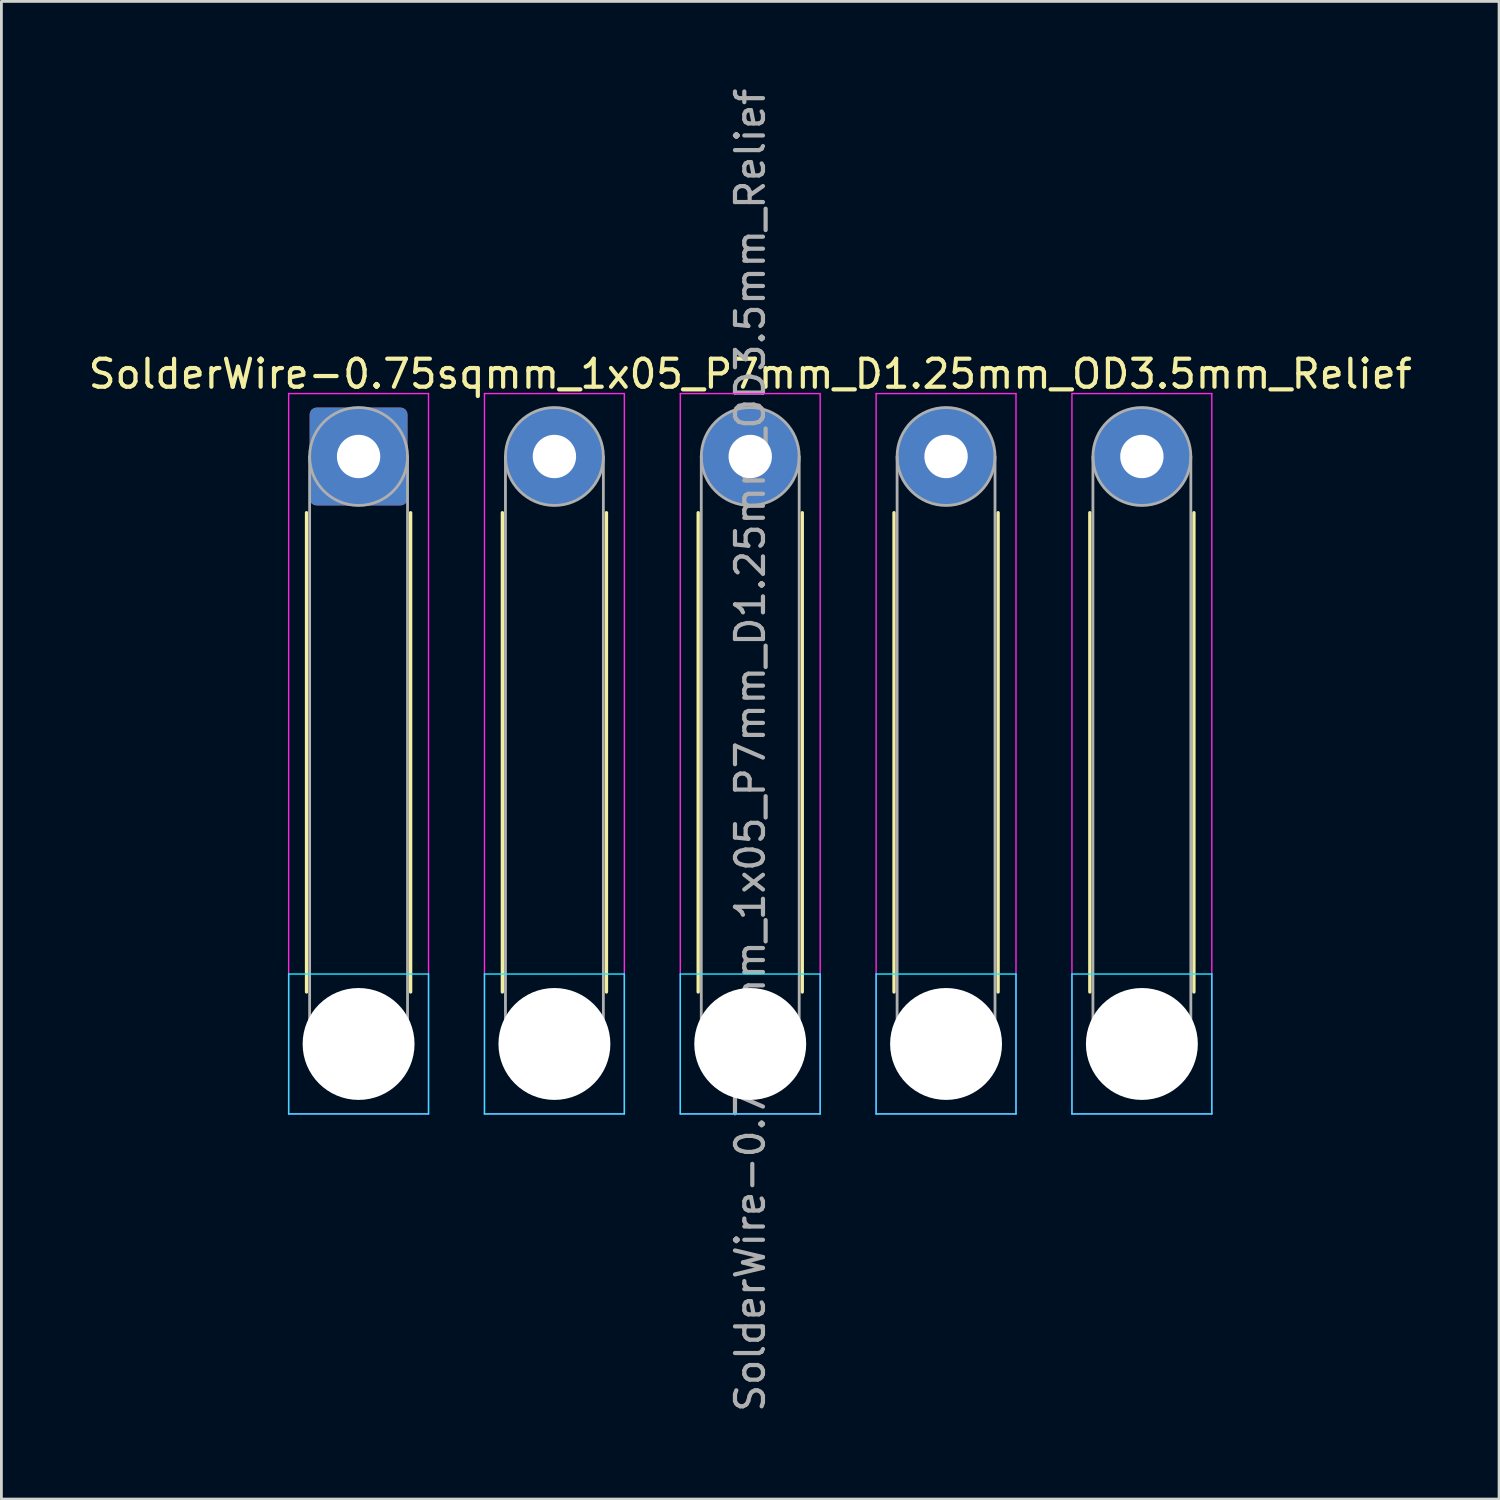
<source format=kicad_pcb>
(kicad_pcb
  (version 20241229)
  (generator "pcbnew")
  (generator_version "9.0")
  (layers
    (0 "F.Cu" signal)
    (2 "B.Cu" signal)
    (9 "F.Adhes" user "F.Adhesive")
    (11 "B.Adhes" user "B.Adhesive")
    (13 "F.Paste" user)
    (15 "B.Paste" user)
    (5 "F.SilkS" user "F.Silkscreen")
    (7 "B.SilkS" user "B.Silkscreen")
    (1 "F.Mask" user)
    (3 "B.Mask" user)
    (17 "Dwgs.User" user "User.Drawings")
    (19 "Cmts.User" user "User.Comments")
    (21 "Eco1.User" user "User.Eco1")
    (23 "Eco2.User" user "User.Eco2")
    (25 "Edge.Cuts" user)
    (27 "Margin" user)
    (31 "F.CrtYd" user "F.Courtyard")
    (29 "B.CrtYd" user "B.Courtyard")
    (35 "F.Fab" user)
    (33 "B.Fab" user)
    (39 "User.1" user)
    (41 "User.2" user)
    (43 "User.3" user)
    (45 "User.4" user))
  (footprint "SolderWire-0.75sqmm_1x05_P7mm_D1.25mm_OD3.5mm_Relief"
    (layer "F.Cu")
    (at 9.768 13.268)
    (property "Reference" "SolderWire-0.75sqmm_1x05_P7mm_D1.25mm_OD3.5mm_Relief" (at 14 -2.95 0) (layer "F.SilkS") (effects (font (size 1 1) (thickness 0.15))))
    (attr exclude_from_pos_files exclude_from_bom)
    (fp_line (start -1.86 2.01) (end -1.86 19.14) (stroke (width 0.12) (type solid)) (layer "F.SilkS"))
    (fp_line (start 1.86 2.01) (end 1.86 19.14) (stroke (width 0.12) (type solid)) (layer "F.SilkS"))
    (fp_line (start 5.14 2.01) (end 5.14 19.14) (stroke (width 0.12) (type solid)) (layer "F.SilkS"))
    (fp_line (start 8.86 2.01) (end 8.86 19.14) (stroke (width 0.12) (type solid)) (layer "F.SilkS"))
    (fp_line (start 12.14 2.01) (end 12.14 19.14) (stroke (width 0.12) (type solid)) (layer "F.SilkS"))
    (fp_line (start 15.86 2.01) (end 15.86 19.14) (stroke (width 0.12) (type solid)) (layer "F.SilkS"))
    (fp_line (start 19.14 2.01) (end 19.14 19.14) (stroke (width 0.12) (type solid)) (layer "F.SilkS"))
    (fp_line (start 22.86 2.01) (end 22.86 19.14) (stroke (width 0.12) (type solid)) (layer "F.SilkS"))
    (fp_line (start 26.14 2.01) (end 26.14 19.14) (stroke (width 0.12) (type solid)) (layer "F.SilkS"))
    (fp_line (start 29.86 2.01) (end 29.86 19.14) (stroke (width 0.12) (type solid)) (layer "F.SilkS"))
    (fp_line (start -2.5 18.5) (end -2.5 23.5) (stroke (width 0.05) (type solid)) (layer "B.CrtYd"))
    (fp_line (start -2.5 23.5) (end 2.5 23.5) (stroke (width 0.05) (type solid)) (layer "B.CrtYd"))
    (fp_line (start 2.5 18.5) (end -2.5 18.5) (stroke (width 0.05) (type solid)) (layer "B.CrtYd"))
    (fp_line (start 2.5 23.5) (end 2.5 18.5) (stroke (width 0.05) (type solid)) (layer "B.CrtYd"))
    (fp_line (start 4.5 18.5) (end 4.5 23.5) (stroke (width 0.05) (type solid)) (layer "B.CrtYd"))
    (fp_line (start 4.5 23.5) (end 9.5 23.5) (stroke (width 0.05) (type solid)) (layer "B.CrtYd"))
    (fp_line (start 9.5 18.5) (end 4.5 18.5) (stroke (width 0.05) (type solid)) (layer "B.CrtYd"))
    (fp_line (start 9.5 23.5) (end 9.5 18.5) (stroke (width 0.05) (type solid)) (layer "B.CrtYd"))
    (fp_line (start 11.5 18.5) (end 11.5 23.5) (stroke (width 0.05) (type solid)) (layer "B.CrtYd"))
    (fp_line (start 11.5 23.5) (end 16.5 23.5) (stroke (width 0.05) (type solid)) (layer "B.CrtYd"))
    (fp_line (start 16.5 18.5) (end 11.5 18.5) (stroke (width 0.05) (type solid)) (layer "B.CrtYd"))
    (fp_line (start 16.5 23.5) (end 16.5 18.5) (stroke (width 0.05) (type solid)) (layer "B.CrtYd"))
    (fp_line (start 18.5 18.5) (end 18.5 23.5) (stroke (width 0.05) (type solid)) (layer "B.CrtYd"))
    (fp_line (start 18.5 23.5) (end 23.5 23.5) (stroke (width 0.05) (type solid)) (layer "B.CrtYd"))
    (fp_line (start 23.5 18.5) (end 18.5 18.5) (stroke (width 0.05) (type solid)) (layer "B.CrtYd"))
    (fp_line (start 23.5 23.5) (end 23.5 18.5) (stroke (width 0.05) (type solid)) (layer "B.CrtYd"))
    (fp_line (start 25.5 18.5) (end 25.5 23.5) (stroke (width 0.05) (type solid)) (layer "B.CrtYd"))
    (fp_line (start 25.5 23.5) (end 30.5 23.5) (stroke (width 0.05) (type solid)) (layer "B.CrtYd"))
    (fp_line (start 30.5 18.5) (end 25.5 18.5) (stroke (width 0.05) (type solid)) (layer "B.CrtYd"))
    (fp_line (start 30.5 23.5) (end 30.5 18.5) (stroke (width 0.05) (type solid)) (layer "B.CrtYd"))
    (fp_line (start -2.5 -2.25) (end -2.5 23.5) (stroke (width 0.05) (type solid)) (layer "F.CrtYd"))
    (fp_line (start -2.5 23.5) (end 2.5 23.5) (stroke (width 0.05) (type solid)) (layer "F.CrtYd"))
    (fp_line (start 2.5 -2.25) (end -2.5 -2.25) (stroke (width 0.05) (type solid)) (layer "F.CrtYd"))
    (fp_line (start 2.5 23.5) (end 2.5 -2.25) (stroke (width 0.05) (type solid)) (layer "F.CrtYd"))
    (fp_line (start 4.5 -2.25) (end 4.5 23.5) (stroke (width 0.05) (type solid)) (layer "F.CrtYd"))
    (fp_line (start 4.5 23.5) (end 9.5 23.5) (stroke (width 0.05) (type solid)) (layer "F.CrtYd"))
    (fp_line (start 9.5 -2.25) (end 4.5 -2.25) (stroke (width 0.05) (type solid)) (layer "F.CrtYd"))
    (fp_line (start 9.5 23.5) (end 9.5 -2.25) (stroke (width 0.05) (type solid)) (layer "F.CrtYd"))
    (fp_line (start 11.5 -2.25) (end 11.5 23.5) (stroke (width 0.05) (type solid)) (layer "F.CrtYd"))
    (fp_line (start 11.5 23.5) (end 16.5 23.5) (stroke (width 0.05) (type solid)) (layer "F.CrtYd"))
    (fp_line (start 16.5 -2.25) (end 11.5 -2.25) (stroke (width 0.05) (type solid)) (layer "F.CrtYd"))
    (fp_line (start 16.5 23.5) (end 16.5 -2.25) (stroke (width 0.05) (type solid)) (layer "F.CrtYd"))
    (fp_line (start 18.5 -2.25) (end 18.5 23.5) (stroke (width 0.05) (type solid)) (layer "F.CrtYd"))
    (fp_line (start 18.5 23.5) (end 23.5 23.5) (stroke (width 0.05) (type solid)) (layer "F.CrtYd"))
    (fp_line (start 23.5 -2.25) (end 18.5 -2.25) (stroke (width 0.05) (type solid)) (layer "F.CrtYd"))
    (fp_line (start 23.5 23.5) (end 23.5 -2.25) (stroke (width 0.05) (type solid)) (layer "F.CrtYd"))
    (fp_line (start 25.5 -2.25) (end 25.5 23.5) (stroke (width 0.05) (type solid)) (layer "F.CrtYd"))
    (fp_line (start 25.5 23.5) (end 30.5 23.5) (stroke (width 0.05) (type solid)) (layer "F.CrtYd"))
    (fp_line (start 30.5 -2.25) (end 25.5 -2.25) (stroke (width 0.05) (type solid)) (layer "F.CrtYd"))
    (fp_line (start 30.5 23.5) (end 30.5 -2.25) (stroke (width 0.05) (type solid)) (layer "F.CrtYd"))
    (fp_line (start -1.75 0) (end -1.75 21) (stroke (width 0.1) (type solid)) (layer "F.Fab"))
    (fp_line (start 1.75 0) (end 1.75 21) (stroke (width 0.1) (type solid)) (layer "F.Fab"))
    (fp_line (start 5.25 0) (end 5.25 21) (stroke (width 0.1) (type solid)) (layer "F.Fab"))
    (fp_line (start 8.75 0) (end 8.75 21) (stroke (width 0.1) (type solid)) (layer "F.Fab"))
    (fp_line (start 12.25 0) (end 12.25 21) (stroke (width 0.1) (type solid)) (layer "F.Fab"))
    (fp_line (start 15.75 0) (end 15.75 21) (stroke (width 0.1) (type solid)) (layer "F.Fab"))
    (fp_line (start 19.25 0) (end 19.25 21) (stroke (width 0.1) (type solid)) (layer "F.Fab"))
    (fp_line (start 22.75 0) (end 22.75 21) (stroke (width 0.1) (type solid)) (layer "F.Fab"))
    (fp_line (start 26.25 0) (end 26.25 21) (stroke (width 0.1) (type solid)) (layer "F.Fab"))
    (fp_line (start 29.75 0) (end 29.75 21) (stroke (width 0.1) (type solid)) (layer "F.Fab"))
    (fp_circle (center 0 0) (end 1.75 0) (stroke (width 0.1) (type solid)) (fill no) (layer "F.Fab"))
    (fp_circle (center 0 21) (end 1.75 21) (stroke (width 0.1) (type solid)) (fill no) (layer "F.Fab"))
    (fp_circle (center 7 0) (end 8.75 0) (stroke (width 0.1) (type solid)) (fill no) (layer "F.Fab"))
    (fp_circle (center 7 21) (end 8.75 21) (stroke (width 0.1) (type solid)) (fill no) (layer "F.Fab"))
    (fp_circle (center 14 0) (end 15.75 0) (stroke (width 0.1) (type solid)) (fill no) (layer "F.Fab"))
    (fp_circle (center 14 21) (end 15.75 21) (stroke (width 0.1) (type solid)) (fill no) (layer "F.Fab"))
    (fp_circle (center 21 0) (end 22.75 0) (stroke (width 0.1) (type solid)) (fill no) (layer "F.Fab"))
    (fp_circle (center 21 21) (end 22.75 21) (stroke (width 0.1) (type solid)) (fill no) (layer "F.Fab"))
    (fp_circle (center 28 0) (end 29.75 0) (stroke (width 0.1) (type solid)) (fill no) (layer "F.Fab"))
    (fp_circle (center 28 21) (end 29.75 21) (stroke (width 0.1) (type solid)) (fill no) (layer "F.Fab"))
    (fp_text user "${REFERENCE}" (at 14 10.5 90) (layer "F.Fab") (effects (font (size 1 1) (thickness 0.15))))
    (pad "" np_thru_hole circle (at 0 21) (size 4 4) (drill 4) (layers "*.Cu" "*.Mask"))
    (pad "" np_thru_hole circle (at 7 21) (size 4 4) (drill 4) (layers "*.Cu" "*.Mask"))
    (pad "" np_thru_hole circle (at 14 21) (size 4 4) (drill 4) (layers "*.Cu" "*.Mask"))
    (pad "" np_thru_hole circle (at 21 21) (size 4 4) (drill 4) (layers "*.Cu" "*.Mask"))
    (pad "" np_thru_hole circle (at 28 21) (size 4 4) (drill 4) (layers "*.Cu" "*.Mask"))
    (pad "1" thru_hole roundrect (at 0 0) (size 3.5 3.5) (drill 1.55) (layers "*.Cu" "*.Mask") (roundrect_rratio 0.071))
    (pad "2" thru_hole circle (at 7 0) (size 3.5 3.5) (drill 1.55) (layers "*.Cu" "*.Mask"))
    (pad "3" thru_hole circle (at 14 0) (size 3.5 3.5) (drill 1.55) (layers "*.Cu" "*.Mask"))
    (pad "4" thru_hole circle (at 21 0) (size 3.5 3.5) (drill 1.55) (layers "*.Cu" "*.Mask"))
    (pad "5" thru_hole circle (at 28 0) (size 3.5 3.5) (drill 1.55) (layers "*.Cu" "*.Mask")))
  (gr_rect
    (start -3 -3)
    (end 50.536 50.536)
    (stroke (width 0.1) (type default))
    (fill no)
    (layer "Edge.Cuts")))
</source>
